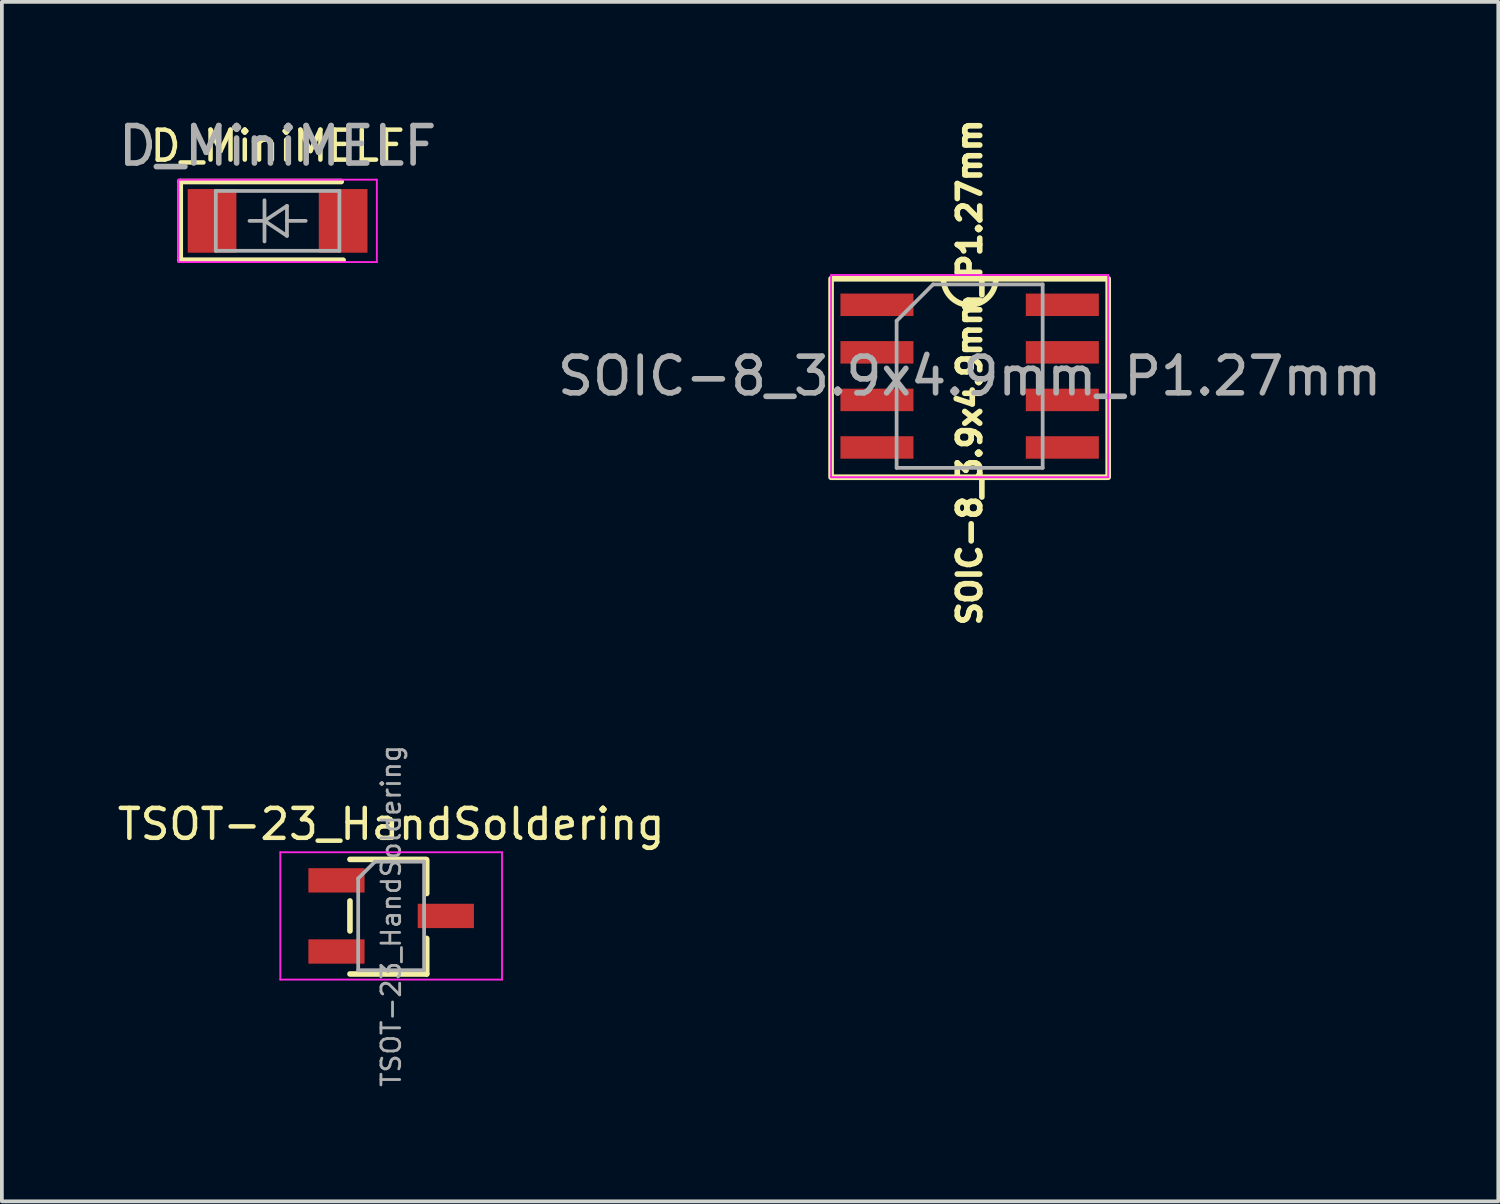
<source format=kicad_pcb>
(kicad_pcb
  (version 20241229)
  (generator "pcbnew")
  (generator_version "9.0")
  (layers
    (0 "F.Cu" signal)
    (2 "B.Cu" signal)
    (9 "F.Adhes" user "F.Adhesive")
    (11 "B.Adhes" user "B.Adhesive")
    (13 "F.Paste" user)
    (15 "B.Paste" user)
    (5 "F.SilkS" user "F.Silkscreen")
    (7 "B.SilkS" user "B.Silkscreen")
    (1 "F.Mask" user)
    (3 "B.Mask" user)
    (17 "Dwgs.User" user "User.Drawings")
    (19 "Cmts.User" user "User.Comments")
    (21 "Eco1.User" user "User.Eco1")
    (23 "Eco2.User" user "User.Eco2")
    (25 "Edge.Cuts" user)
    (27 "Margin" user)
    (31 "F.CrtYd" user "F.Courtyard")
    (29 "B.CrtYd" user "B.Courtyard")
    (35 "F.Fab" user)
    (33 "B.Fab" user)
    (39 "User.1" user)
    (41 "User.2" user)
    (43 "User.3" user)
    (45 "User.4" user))
  (footprint "SOIC-8_3.9x4.9mm_P1.27mm"
    (layer "F.Cu")
    (at 22.843 6.994)
    (property "Reference" "SOIC-8_3.9x4.9mm_P1.27mm" (at 0 -0.1 270) (layer "F.SilkS") (effects (font (size 0.6 0.6) (thickness 0.15))))
    (attr smd)
    (fp_rect (start -3.7 2.7) (end 3.7 -2.6) (stroke (width 0.15) (type solid)) (fill no) (layer "F.SilkS"))
    (fp_arc (start 0.7 -2.6) (mid 0 -1.9) (end -0.7 -2.6) (stroke (width 0.15) (type solid)) (layer "F.SilkS"))
    (fp_line (start -3.7 -2.7) (end -3.7 2.7) (stroke (width 0.05) (type solid)) (layer "F.CrtYd"))
    (fp_line (start -3.7 2.7) (end 3.7 2.7) (stroke (width 0.05) (type solid)) (layer "F.CrtYd"))
    (fp_line (start 3.7 -2.7) (end -3.7 -2.7) (stroke (width 0.05) (type solid)) (layer "F.CrtYd"))
    (fp_line (start 3.7 2.7) (end 3.7 -2.7) (stroke (width 0.05) (type solid)) (layer "F.CrtYd"))
    (fp_line (start -1.95 -1.475) (end -0.975 -2.45) (stroke (width 0.1) (type solid)) (layer "F.Fab"))
    (fp_line (start -1.95 2.45) (end -1.95 -1.475) (stroke (width 0.1) (type solid)) (layer "F.Fab"))
    (fp_line (start -0.975 -2.45) (end 1.95 -2.45) (stroke (width 0.1) (type solid)) (layer "F.Fab"))
    (fp_line (start 1.95 -2.45) (end 1.95 2.45) (stroke (width 0.1) (type solid)) (layer "F.Fab"))
    (fp_line (start 1.95 2.45) (end -1.95 2.45) (stroke (width 0.1) (type solid)) (layer "F.Fab"))
    (fp_text user "${REFERENCE}" (at 0 0 0) (layer "F.Fab") (effects (font (size 0.98 0.98) (thickness 0.15))))
    (pad "1" smd rect (at -2.475 -1.905) (size 1.95 0.6) (layers "F.Cu" "F.Mask" "F.Paste"))
    (pad "2" smd rect (at -2.475 -0.635) (size 1.95 0.6) (layers "F.Cu" "F.Mask" "F.Paste"))
    (pad "3" smd rect (at -2.475 0.635) (size 1.95 0.6) (layers "F.Cu" "F.Mask" "F.Paste"))
    (pad "4" smd rect (at -2.475 1.905) (size 1.95 0.6) (layers "F.Cu" "F.Mask" "F.Paste"))
    (pad "5" smd rect (at 2.475 1.905) (size 1.95 0.6) (layers "F.Cu" "F.Mask" "F.Paste"))
    (pad "6" smd rect (at 2.475 0.635) (size 1.95 0.6) (layers "F.Cu" "F.Mask" "F.Paste"))
    (pad "7" smd rect (at 2.475 -0.635) (size 1.95 0.6) (layers "F.Cu" "F.Mask" "F.Paste"))
    (pad "8" smd rect (at 2.475 -1.905) (size 1.95 0.6) (layers "F.Cu" "F.Mask" "F.Paste")))
  (footprint "D_MiniMELF"
    (layer "F.Cu")
    (at 4.363 2.848)
    (property "Reference" "D_MiniMELF" (at 0 -2 0) (layer "F.SilkS") (effects (font (size 0.8 0.8) (thickness 0.12))))
    (attr smd)
    (fp_line (start -2.6 -1.05) (end -2.6 1.05) (stroke (width 0.15) (type solid)) (layer "F.SilkS"))
    (fp_line (start -2.6 1.05) (end 1.75 1.05) (stroke (width 0.15) (type solid)) (layer "F.SilkS"))
    (fp_line (start 1.7 -1.05) (end -2.6 -1.05) (stroke (width 0.15) (type solid)) (layer "F.SilkS"))
    (fp_line (start -2.65 -1.1) (end 2.65 -1.1) (stroke (width 0.05) (type solid)) (layer "F.CrtYd"))
    (fp_line (start -2.65 1.1) (end -2.65 -1.1) (stroke (width 0.05) (type solid)) (layer "F.CrtYd"))
    (fp_line (start 2.65 -1.1) (end 2.65 1.1) (stroke (width 0.05) (type solid)) (layer "F.CrtYd"))
    (fp_line (start 2.65 1.1) (end -2.65 1.1) (stroke (width 0.05) (type solid)) (layer "F.CrtYd"))
    (fp_line (start -1.65 -0.8) (end 1.65 -0.8) (stroke (width 0.1) (type solid)) (layer "F.Fab"))
    (fp_line (start -1.65 0.8) (end -1.65 -0.8) (stroke (width 0.1) (type solid)) (layer "F.Fab"))
    (fp_line (start -0.75 0) (end -0.35 0) (stroke (width 0.1) (type solid)) (layer "F.Fab"))
    (fp_line (start -0.35 0) (end -0.35 -0.55) (stroke (width 0.1) (type solid)) (layer "F.Fab"))
    (fp_line (start -0.35 0) (end -0.35 0.55) (stroke (width 0.1) (type solid)) (layer "F.Fab"))
    (fp_line (start -0.35 0) (end 0.25 -0.4) (stroke (width 0.1) (type solid)) (layer "F.Fab"))
    (fp_line (start 0.25 -0.4) (end 0.25 0.4) (stroke (width 0.1) (type solid)) (layer "F.Fab"))
    (fp_line (start 0.25 0) (end 0.75 0) (stroke (width 0.1) (type solid)) (layer "F.Fab"))
    (fp_line (start 0.25 0.4) (end -0.35 0) (stroke (width 0.1) (type solid)) (layer "F.Fab"))
    (fp_line (start 1.65 -0.8) (end 1.65 0.8) (stroke (width 0.1) (type solid)) (layer "F.Fab"))
    (fp_line (start 1.65 0.8) (end -1.65 0.8) (stroke (width 0.1) (type solid)) (layer "F.Fab"))
    (fp_text user "${REFERENCE}" (at 0 -2 0) (layer "F.Fab") (effects (font (size 1 1) (thickness 0.15))))
    (pad "1" smd rect (at -1.75 0) (size 1.3 1.7) (layers "F.Cu" "F.Mask" "F.Paste"))
    (pad "2" smd rect (at 1.75 0) (size 1.3 1.7) (layers "F.Cu" "F.Mask" "F.Paste")))
  (footprint "TSOT-23_HandSoldering"
    (layer "F.Cu")
    (at 7.395 21.409)
    (property "Reference" "TSOT-23_HandSoldering" (at 0 -2.45 0) (layer "F.SilkS") (effects (font (size 0.8 0.8) (thickness 0.12))))
    (attr smd)
    (fp_line (start -1.1 -0.4) (end -1.1 0.4) (stroke (width 0.15) (type solid)) (layer "F.SilkS"))
    (fp_line (start 0.93 -1.51) (end -1.1 -1.51) (stroke (width 0.15) (type solid)) (layer "F.SilkS"))
    (fp_line (start 0.95 -1.5) (end 0.95 -0.6) (stroke (width 0.15) (type solid)) (layer "F.SilkS"))
    (fp_line (start 0.95 0.6) (end 0.95 1.55) (stroke (width 0.15) (type solid)) (layer "F.SilkS"))
    (fp_line (start 0.95 1.55) (end -1.1 1.55) (stroke (width 0.15) (type solid)) (layer "F.SilkS"))
    (fp_line (start -2.96 -1.7) (end -2.96 1.7) (stroke (width 0.05) (type solid)) (layer "F.CrtYd"))
    (fp_line (start -2.96 -1.7) (end 2.96 -1.7) (stroke (width 0.05) (type solid)) (layer "F.CrtYd"))
    (fp_line (start 2.96 1.7) (end -2.96 1.7) (stroke (width 0.05) (type solid)) (layer "F.CrtYd"))
    (fp_line (start 2.96 1.7) (end 2.96 -1.7) (stroke (width 0.05) (type solid)) (layer "F.CrtYd"))
    (fp_line (start -0.88 -1) (end -0.88 1.45) (stroke (width 0.1) (type solid)) (layer "F.Fab"))
    (fp_line (start -0.88 -1) (end -0.43 -1.45) (stroke (width 0.1) (type solid)) (layer "F.Fab"))
    (fp_line (start 0.88 -1.45) (end -0.43 -1.45) (stroke (width 0.1) (type solid)) (layer "F.Fab"))
    (fp_line (start 0.88 -1.45) (end 0.88 1.45) (stroke (width 0.1) (type solid)) (layer "F.Fab"))
    (fp_line (start 0.88 1.45) (end -0.88 1.45) (stroke (width 0.1) (type solid)) (layer "F.Fab"))
    (fp_text user "${REFERENCE}" (at 0 0 90) (layer "F.Fab") (effects (font (size 0.5 0.5) (thickness 0.075))))
    (pad "1" smd rect (at -1.46 -0.95) (size 1.5 0.65) (layers "F.Cu" "F.Mask" "F.Paste"))
    (pad "2" smd rect (at -1.46 0.95) (size 1.5 0.65) (layers "F.Cu" "F.Mask" "F.Paste"))
    (pad "3" smd rect (at 1.46 0) (size 1.5 0.65) (layers "F.Cu" "F.Mask" "F.Paste")))
  (gr_rect
    (start -3 -3)
    (end 36.96 29.031)
    (stroke (width 0.1) (type default))
    (fill no)
    (layer "Edge.Cuts")))
</source>
